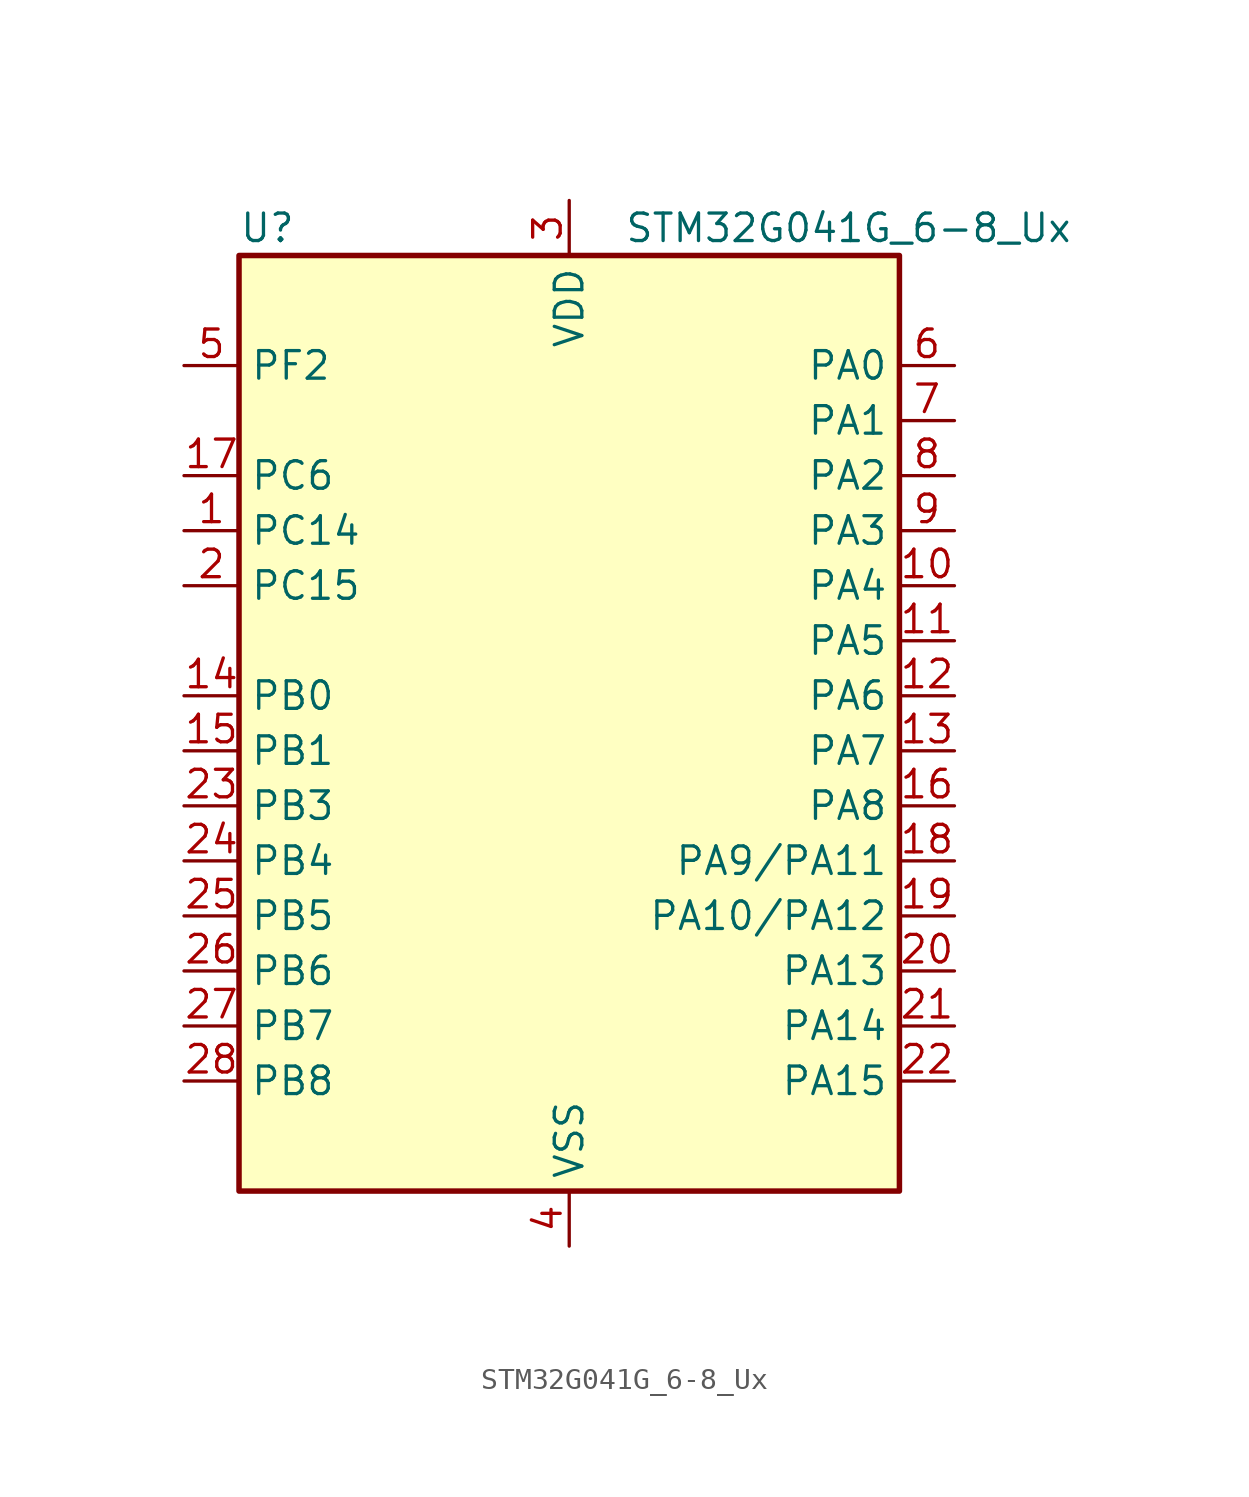
<source format=kicad_sym>
(kicad_symbol_lib
  (version 20241209)
  (generator "kicad_symbol_editor")
  (generator_version "9.0")
  (symbol "STM32G041G_6-8_Ux"
    (property "Reference" "U"
      (at -15.24 24.13 0)
      (effects (font (size 1.27 1.27)) (justify left)))
    (property "Value" "STM32G041G_6-8_Ux"
      (at 2.54 24.13 0)
      (effects (font (size 1.27 1.27)) (justify left)))
    (symbol "STM32G041G_6-8_Ux_0_1"
      (rectangle (start -15.24 -20.32) (end 15.24 22.86) (stroke (width 0.254) (type default)) (fill (type background))))
    (symbol "STM32G041G_6-8_Ux_1_1"
      (pin bidirectional line (at -17.78 17.78 0) (length 2.54) (name "PF2" (effects (font (size 1.27 1.27)))) (number "5" (effects (font (size 1.27 1.27)))) (alternate "RCC_MCO" bidirectional line))
      (pin bidirectional line (at -17.78 12.7 0) (length 2.54) (name "PC6" (effects (font (size 1.27 1.27)))) (number "17" (effects (font (size 1.27 1.27)))) (alternate "TIM2_CH3" bidirectional line) (alternate "TIM3_CH1" bidirectional line))
      (pin bidirectional line (at -17.78 10.16 0) (length 2.54) (name "PC14" (effects (font (size 1.27 1.27)))) (number "1" (effects (font (size 1.27 1.27)))) (alternate "RCC_OSC32_IN" bidirectional line) (alternate "RCC_OSC_IN" bidirectional line) (alternate "TIM1_BK2" bidirectional line))
      (pin bidirectional line (at -17.78 7.62 0) (length 2.54) (name "PC15" (effects (font (size 1.27 1.27)))) (number "2" (effects (font (size 1.27 1.27)))) (alternate "RCC_OSC32_EN" bidirectional line) (alternate "RCC_OSC32_OUT" bidirectional line) (alternate "RCC_OSC_EN" bidirectional line))
      (pin bidirectional line (at -17.78 2.54 0) (length 2.54) (name "PB0" (effects (font (size 1.27 1.27)))) (number "14" (effects (font (size 1.27 1.27)))) (alternate "ADC1_IN8" bidirectional line) (alternate "I2S1_WS" bidirectional line) (alternate "LPTIM1_OUT" bidirectional line) (alternate "SPI1_NSS" bidirectional line) (alternate "TIM1_CH2N" bidirectional line) (alternate "TIM3_CH3" bidirectional line))
      (pin bidirectional line (at -17.78 0 0) (length 2.54) (name "PB1" (effects (font (size 1.27 1.27)))) (number "15" (effects (font (size 1.27 1.27)))) (alternate "ADC1_IN9" bidirectional line) (alternate "LPTIM2_IN1" bidirectional line) (alternate "LPUART1_DE" bidirectional line) (alternate "LPUART1_RTS" bidirectional line) (alternate "TIM14_CH1" bidirectional line) (alternate "TIM1_CH3N" bidirectional line) (alternate "TIM3_CH4" bidirectional line))
      (pin bidirectional line (at -17.78 -2.54 0) (length 2.54) (name "PB3" (effects (font (size 1.27 1.27)))) (number "23" (effects (font (size 1.27 1.27)))) (alternate "I2S1_CK" bidirectional line) (alternate "SPI1_SCK" bidirectional line) (alternate "TIM1_CH2" bidirectional line) (alternate "TIM2_CH2" bidirectional line) (alternate "USART1_CK" bidirectional line) (alternate "USART1_DE" bidirectional line) (alternate "USART1_RTS" bidirectional line))
      (pin bidirectional line (at -17.78 -5.08 0) (length 2.54) (name "PB4" (effects (font (size 1.27 1.27)))) (number "24" (effects (font (size 1.27 1.27)))) (alternate "I2S1_MCK" bidirectional line) (alternate "SPI1_MISO" bidirectional line) (alternate "TIM17_BK" bidirectional line) (alternate "TIM3_CH1" bidirectional line) (alternate "USART1_CTS" bidirectional line) (alternate "USART1_NSS" bidirectional line))
      (pin bidirectional line (at -17.78 -7.62 0) (length 2.54) (name "PB5" (effects (font (size 1.27 1.27)))) (number "25" (effects (font (size 1.27 1.27)))) (alternate "I2C1_SMBA" bidirectional line) (alternate "I2S1_SD" bidirectional line) (alternate "LPTIM1_IN1" bidirectional line) (alternate "SPI1_MOSI" bidirectional line) (alternate "SYS_WKUP6" bidirectional line) (alternate "TIM16_BK" bidirectional line) (alternate "TIM3_CH2" bidirectional line))
      (pin bidirectional line (at -17.78 -10.16 0) (length 2.54) (name "PB6" (effects (font (size 1.27 1.27)))) (number "26" (effects (font (size 1.27 1.27)))) (alternate "I2C1_SCL" bidirectional line) (alternate "LPTIM1_ETR" bidirectional line) (alternate "SPI2_MISO" bidirectional line) (alternate "TIM16_CH1N" bidirectional line) (alternate "TIM1_CH3" bidirectional line) (alternate "USART1_TX" bidirectional line))
      (pin bidirectional line (at -17.78 -12.7 0) (length 2.54) (name "PB7" (effects (font (size 1.27 1.27)))) (number "27" (effects (font (size 1.27 1.27)))) (alternate "ADC1_IN11" bidirectional line) (alternate "I2C1_SDA" bidirectional line) (alternate "LPTIM1_IN2" bidirectional line) (alternate "SPI2_MOSI" bidirectional line) (alternate "SYS_PVD_IN" bidirectional line) (alternate "TIM17_CH1N" bidirectional line) (alternate "USART1_RX" bidirectional line))
      (pin bidirectional line (at -17.78 -15.24 0) (length 2.54) (name "PB8" (effects (font (size 1.27 1.27)))) (number "28" (effects (font (size 1.27 1.27)))) (alternate "I2C1_SCL" bidirectional line) (alternate "SPI2_SCK" bidirectional line) (alternate "TIM16_CH1" bidirectional line))
      (pin power_in line (at 0 25.4 270) (length 2.54) (name "VDD" (effects (font (size 1.27 1.27)))) (number "3" (effects (font (size 1.27 1.27)))))
      (pin power_in line (at 0 -22.86 90) (length 2.54) (name "VSS" (effects (font (size 1.27 1.27)))) (number "4" (effects (font (size 1.27 1.27)))))
      (pin bidirectional line (at 17.78 17.78 180) (length 2.54) (name "PA0" (effects (font (size 1.27 1.27)))) (number "6" (effects (font (size 1.27 1.27)))) (alternate "ADC1_IN0" bidirectional line) (alternate "LPTIM1_OUT" bidirectional line) (alternate "RTC_TAMP_IN2" bidirectional line) (alternate "SPI2_SCK" bidirectional line) (alternate "SYS_WKUP1" bidirectional line) (alternate "TIM2_CH1" bidirectional line) (alternate "TIM2_ETR" bidirectional line) (alternate "USART2_CTS" bidirectional line) (alternate "USART2_NSS" bidirectional line))
      (pin bidirectional line (at 17.78 15.24 180) (length 2.54) (name "PA1" (effects (font (size 1.27 1.27)))) (number "7" (effects (font (size 1.27 1.27)))) (alternate "ADC1_IN1" bidirectional line) (alternate "I2C1_SMBA" bidirectional line) (alternate "I2S1_CK" bidirectional line) (alternate "SPI1_SCK" bidirectional line) (alternate "TIM2_CH2" bidirectional line) (alternate "USART2_CK" bidirectional line) (alternate "USART2_DE" bidirectional line) (alternate "USART2_RTS" bidirectional line))
      (pin bidirectional line (at 17.78 12.7 180) (length 2.54) (name "PA2" (effects (font (size 1.27 1.27)))) (number "8" (effects (font (size 1.27 1.27)))) (alternate "ADC1_IN2" bidirectional line) (alternate "I2S1_SD" bidirectional line) (alternate "LPUART1_TX" bidirectional line) (alternate "RCC_LSCO" bidirectional line) (alternate "SPI1_MOSI" bidirectional line) (alternate "SYS_WKUP4" bidirectional line) (alternate "TIM2_CH3" bidirectional line) (alternate "USART2_TX" bidirectional line))
      (pin bidirectional line (at 17.78 10.16 180) (length 2.54) (name "PA3" (effects (font (size 1.27 1.27)))) (number "9" (effects (font (size 1.27 1.27)))) (alternate "ADC1_IN3" bidirectional line) (alternate "LPUART1_RX" bidirectional line) (alternate "SPI2_MISO" bidirectional line) (alternate "TIM2_CH4" bidirectional line) (alternate "USART2_RX" bidirectional line))
      (pin bidirectional line (at 17.78 7.62 180) (length 2.54) (name "PA4" (effects (font (size 1.27 1.27)))) (number "10" (effects (font (size 1.27 1.27)))) (alternate "ADC1_IN4" bidirectional line) (alternate "I2S1_WS" bidirectional line) (alternate "LPTIM2_OUT" bidirectional line) (alternate "RTC_OUT_ALARM" bidirectional line) (alternate "RTC_OUT_CALIB" bidirectional line) (alternate "RTC_TAMP_IN1" bidirectional line) (alternate "RTC_TS" bidirectional line) (alternate "SPI1_NSS" bidirectional line) (alternate "SPI2_MOSI" bidirectional line) (alternate "SYS_WKUP2" bidirectional line) (alternate "TIM14_CH1" bidirectional line))
      (pin bidirectional line (at 17.78 5.08 180) (length 2.54) (name "PA5" (effects (font (size 1.27 1.27)))) (number "11" (effects (font (size 1.27 1.27)))) (alternate "ADC1_IN5" bidirectional line) (alternate "I2S1_CK" bidirectional line) (alternate "LPTIM2_ETR" bidirectional line) (alternate "SPI1_SCK" bidirectional line) (alternate "TIM2_CH1" bidirectional line) (alternate "TIM2_ETR" bidirectional line))
      (pin bidirectional line (at 17.78 2.54 180) (length 2.54) (name "PA6" (effects (font (size 1.27 1.27)))) (number "12" (effects (font (size 1.27 1.27)))) (alternate "ADC1_IN6" bidirectional line) (alternate "I2S1_MCK" bidirectional line) (alternate "LPUART1_CTS" bidirectional line) (alternate "SPI1_MISO" bidirectional line) (alternate "TIM16_CH1" bidirectional line) (alternate "TIM1_BK" bidirectional line) (alternate "TIM3_CH1" bidirectional line))
      (pin bidirectional line (at 17.78 0 180) (length 2.54) (name "PA7" (effects (font (size 1.27 1.27)))) (number "13" (effects (font (size 1.27 1.27)))) (alternate "ADC1_IN7" bidirectional line) (alternate "I2S1_SD" bidirectional line) (alternate "SPI1_MOSI" bidirectional line) (alternate "TIM14_CH1" bidirectional line) (alternate "TIM17_CH1" bidirectional line) (alternate "TIM1_CH1N" bidirectional line) (alternate "TIM3_CH2" bidirectional line))
      (pin bidirectional line (at 17.78 -2.54 180) (length 2.54) (name "PA8" (effects (font (size 1.27 1.27)))) (number "16" (effects (font (size 1.27 1.27)))) (alternate "LPTIM2_OUT" bidirectional line) (alternate "RCC_MCO" bidirectional line) (alternate "SPI2_NSS" bidirectional line) (alternate "TIM1_CH1" bidirectional line))
      (pin bidirectional line (at 17.78 -5.08 180) (length 2.54) (name "PA9/PA11" (effects (font (size 1.27 1.27)))) (number "18" (effects (font (size 1.27 1.27)))) (alternate "ADC1_EXTI11 (PA11)" bidirectional line) (alternate "ADC1_IN15 (PA11)" bidirectional line) (alternate "I2C1_SCL (PA9)" bidirectional line) (alternate "I2C2_SCL (PA11)" bidirectional line) (alternate "I2S1_MCK (PA11)" bidirectional line) (alternate "PA11" bidirectional line) (alternate "PA9" bidirectional line) (alternate "RCC_MCO (PA9)" bidirectional line) (alternate "SPI1_MISO (PA11)" bidirectional line) (alternate "SPI2_MISO (PA9)" bidirectional line) (alternate "TIM1_BK2 (PA11)" bidirectional line) (alternate "TIM1_CH2 (PA9)" bidirectional line) (alternate "TIM1_CH4 (PA11)" bidirectional line) (alternate "USART1_CTS (PA11)" bidirectional line) (alternate "USART1_NSS (PA11)" bidirectional line) (alternate "USART1_TX (PA9)" bidirectional line))
      (pin bidirectional line (at 17.78 -7.62 180) (length 2.54) (name "PA10/PA12" (effects (font (size 1.27 1.27)))) (number "19" (effects (font (size 1.27 1.27)))) (alternate "ADC1_IN16 (PA12)" bidirectional line) (alternate "I2C1_SDA (PA10)" bidirectional line) (alternate "I2C2_SDA (PA12)" bidirectional line) (alternate "I2S1_SD (PA12)" bidirectional line) (alternate "I2S_CKIN (PA12)" bidirectional line) (alternate "PA10" bidirectional line) (alternate "PA12" bidirectional line) (alternate "SPI1_MOSI (PA12)" bidirectional line) (alternate "SPI2_MOSI (PA10)" bidirectional line) (alternate "TIM17_BK (PA10)" bidirectional line) (alternate "TIM1_CH3 (PA10)" bidirectional line) (alternate "TIM1_ETR (PA12)" bidirectional line) (alternate "USART1_CK (PA12)" bidirectional line) (alternate "USART1_DE (PA12)" bidirectional line) (alternate "USART1_RTS (PA12)" bidirectional line) (alternate "USART1_RX (PA10)" bidirectional line))
      (pin bidirectional line (at 17.78 -10.16 180) (length 2.54) (name "PA13" (effects (font (size 1.27 1.27)))) (number "20" (effects (font (size 1.27 1.27)))) (alternate "ADC1_IN17" bidirectional line) (alternate "IR_OUT" bidirectional line) (alternate "SYS_SWDIO" bidirectional line))
      (pin bidirectional line (at 17.78 -12.7 180) (length 2.54) (name "PA14" (effects (font (size 1.27 1.27)))) (number "21" (effects (font (size 1.27 1.27)))) (alternate "ADC1_IN18" bidirectional line) (alternate "SYS_SWCLK" bidirectional line) (alternate "USART2_TX" bidirectional line))
      (pin bidirectional line (at 17.78 -15.24 180) (length 2.54) (name "PA15" (effects (font (size 1.27 1.27)))) (number "22" (effects (font (size 1.27 1.27)))) (alternate "I2S1_WS" bidirectional line) (alternate "SPI1_NSS" bidirectional line) (alternate "TIM2_CH1" bidirectional line) (alternate "TIM2_ETR" bidirectional line) (alternate "USART2_RX" bidirectional line)))))
</source>
